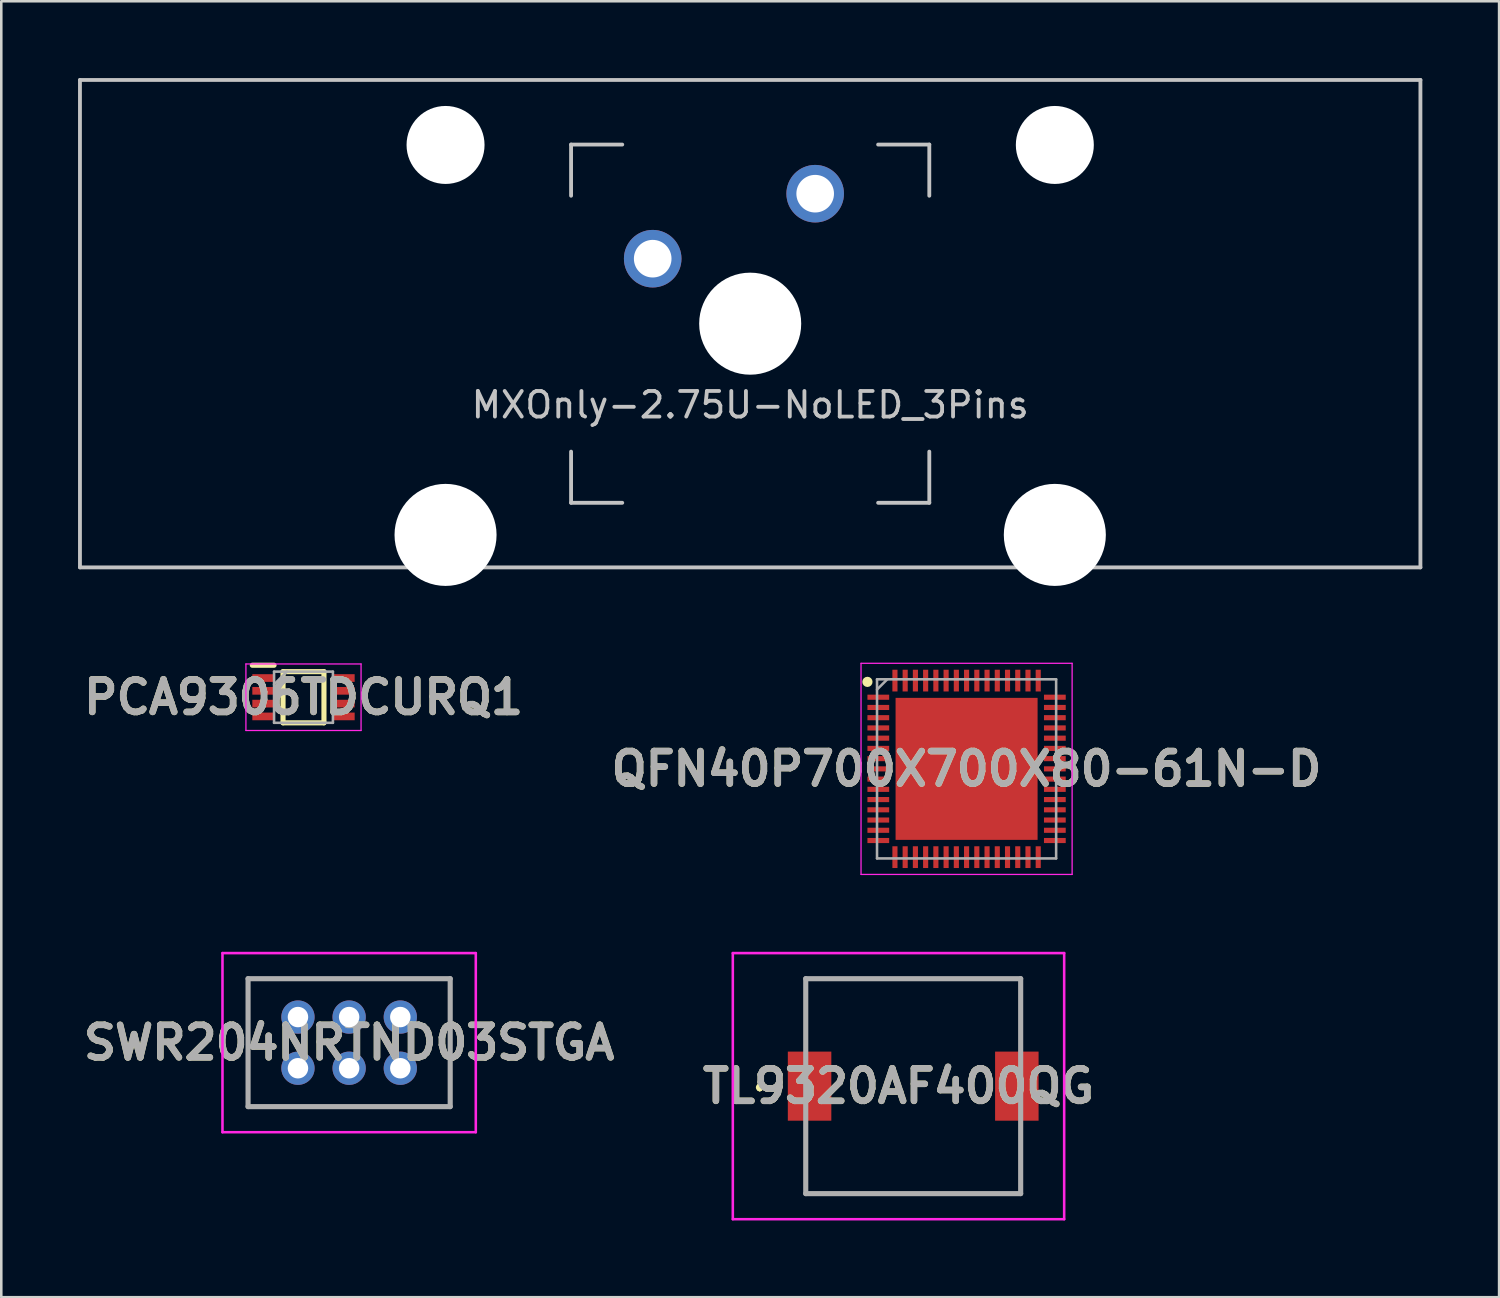
<source format=kicad_pcb>
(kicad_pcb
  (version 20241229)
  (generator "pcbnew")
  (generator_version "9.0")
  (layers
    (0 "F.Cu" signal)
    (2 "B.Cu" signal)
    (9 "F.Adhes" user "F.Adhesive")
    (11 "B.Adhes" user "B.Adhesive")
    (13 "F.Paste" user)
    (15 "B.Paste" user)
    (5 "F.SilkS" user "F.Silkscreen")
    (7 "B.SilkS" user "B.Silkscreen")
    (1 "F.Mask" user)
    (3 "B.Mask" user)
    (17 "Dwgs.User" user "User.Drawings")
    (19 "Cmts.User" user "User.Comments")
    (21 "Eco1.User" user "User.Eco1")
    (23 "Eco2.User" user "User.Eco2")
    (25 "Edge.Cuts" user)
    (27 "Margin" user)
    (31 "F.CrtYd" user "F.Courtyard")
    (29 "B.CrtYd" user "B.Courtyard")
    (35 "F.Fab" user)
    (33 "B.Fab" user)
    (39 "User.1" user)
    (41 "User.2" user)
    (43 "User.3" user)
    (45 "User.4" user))
  (footprint "MXOnly-2.75U-NoLED_3Pins"
    (layer "F.Cu")
    (at 26.269 9.6)
    (property "Reference" "MXOnly-2.75U-NoLED_3Pins" (at 0 3.175 0) (layer "Dwgs.User") (effects (font (size 1 1) (thickness 0.15))))
    (attr through_hole)
    (fp_line (start -26.194 -9.525) (end 26.194 -9.525) (stroke (width 0.15) (type solid)) (layer "Dwgs.User"))
    (fp_line (start -26.194 9.525) (end -26.194 -9.525) (stroke (width 0.15) (type solid)) (layer "Dwgs.User"))
    (fp_line (start -26.194 9.525) (end 26.194 9.525) (stroke (width 0.15) (type solid)) (layer "Dwgs.User"))
    (fp_line (start -7 -7) (end -7 -5) (stroke (width 0.15) (type solid)) (layer "Dwgs.User"))
    (fp_line (start -7 5) (end -7 7) (stroke (width 0.15) (type solid)) (layer "Dwgs.User"))
    (fp_line (start -7 7) (end -5 7) (stroke (width 0.15) (type solid)) (layer "Dwgs.User"))
    (fp_line (start -5 -7) (end -7 -7) (stroke (width 0.15) (type solid)) (layer "Dwgs.User"))
    (fp_line (start 5 -7) (end 7 -7) (stroke (width 0.15) (type solid)) (layer "Dwgs.User"))
    (fp_line (start 5 7) (end 7 7) (stroke (width 0.15) (type solid)) (layer "Dwgs.User"))
    (fp_line (start 7 -7) (end 7 -5) (stroke (width 0.15) (type solid)) (layer "Dwgs.User"))
    (fp_line (start 7 7) (end 7 5) (stroke (width 0.15) (type solid)) (layer "Dwgs.User"))
    (fp_line (start 26.194 -9.525) (end 26.194 9.525) (stroke (width 0.15) (type solid)) (layer "Dwgs.User"))
    (pad "" np_thru_hole circle (at -11.906 -6.985) (size 3.048 3.048) (drill 3.048) (layers "*.Cu" "*.Mask"))
    (pad "" np_thru_hole circle (at -11.906 8.255) (size 3.988 3.988) (drill 3.988) (layers "*.Cu" "*.Mask"))
    (pad "" np_thru_hole circle (at 0 0) (size 3.988 3.988) (drill 3.988) (layers "*.Cu" "*.Mask"))
    (pad "" np_thru_hole circle (at 11.906 -6.985) (size 3.048 3.048) (drill 3.048) (layers "*.Cu" "*.Mask"))
    (pad "" np_thru_hole circle (at 11.906 8.255) (size 3.988 3.988) (drill 3.988) (layers "*.Cu" "*.Mask"))
    (pad "1" thru_hole circle (at -3.81 -2.54) (size 2.25 2.25) (drill 1.47) (layers "*.Cu" "B.Mask"))
    (pad "2" thru_hole circle (at 2.54 -5.08) (size 2.25 2.25) (drill 1.47) (layers "*.Cu" "B.Mask")))
  (footprint "QFN40P700X700X80-61N-D"
    (layer "F.Cu")
    (at 34.726 26.999)
    (property "Reference" "QFN40P700X700X80-61N-D" (at 0 0 0) (layer "F.SilkS") (effects (font (size 1.27 1.27) (thickness 0.254))))
    (attr smd)
    (fp_circle (center -3.875 -3.4) (end -3.875 -3.3) (stroke (width 0.2) (type solid)) (fill no) (layer "F.SilkS"))
    (fp_line (start -4.125 -4.125) (end 4.125 -4.125) (stroke (width 0.05) (type solid)) (layer "F.CrtYd"))
    (fp_line (start -4.125 4.125) (end -4.125 -4.125) (stroke (width 0.05) (type solid)) (layer "F.CrtYd"))
    (fp_line (start 4.125 -4.125) (end 4.125 4.125) (stroke (width 0.05) (type solid)) (layer "F.CrtYd"))
    (fp_line (start 4.125 4.125) (end -4.125 4.125) (stroke (width 0.05) (type solid)) (layer "F.CrtYd"))
    (fp_line (start -3.5 -3.5) (end 3.5 -3.5) (stroke (width 0.1) (type solid)) (layer "F.Fab"))
    (fp_line (start -3.5 -3.1) (end -3.1 -3.5) (stroke (width 0.1) (type solid)) (layer "F.Fab"))
    (fp_line (start -3.5 3.5) (end -3.5 -3.5) (stroke (width 0.1) (type solid)) (layer "F.Fab"))
    (fp_line (start 3.5 -3.5) (end 3.5 3.5) (stroke (width 0.1) (type solid)) (layer "F.Fab"))
    (fp_line (start 3.5 3.5) (end -3.5 3.5) (stroke (width 0.1) (type solid)) (layer "F.Fab"))
    (fp_text user "${REFERENCE}" (at 0 0 0) (layer "F.Fab") (effects (font (size 1.27 1.27) (thickness 0.254))))
    (pad "1" smd rect (at -3.45 -2.8 90) (size 0.2 0.85) (layers "F.Cu" "F.Mask" "F.Paste"))
    (pad "2" smd rect (at -3.45 -2.4 90) (size 0.2 0.85) (layers "F.Cu" "F.Mask" "F.Paste"))
    (pad "3" smd rect (at -3.45 -2 90) (size 0.2 0.85) (layers "F.Cu" "F.Mask" "F.Paste"))
    (pad "4" smd rect (at -3.45 -1.6 90) (size 0.2 0.85) (layers "F.Cu" "F.Mask" "F.Paste"))
    (pad "5" smd rect (at -3.45 -1.2 90) (size 0.2 0.85) (layers "F.Cu" "F.Mask" "F.Paste"))
    (pad "6" smd rect (at -3.45 -0.8 90) (size 0.2 0.85) (layers "F.Cu" "F.Mask" "F.Paste"))
    (pad "7" smd rect (at -3.45 -0.4 90) (size 0.2 0.85) (layers "F.Cu" "F.Mask" "F.Paste"))
    (pad "8" smd rect (at -3.45 0 90) (size 0.2 0.85) (layers "F.Cu" "F.Mask" "F.Paste"))
    (pad "9" smd rect (at -3.45 0.4 90) (size 0.2 0.85) (layers "F.Cu" "F.Mask" "F.Paste"))
    (pad "10" smd rect (at -3.45 0.8 90) (size 0.2 0.85) (layers "F.Cu" "F.Mask" "F.Paste"))
    (pad "11" smd rect (at -3.45 1.2 90) (size 0.2 0.85) (layers "F.Cu" "F.Mask" "F.Paste"))
    (pad "12" smd rect (at -3.45 1.6 90) (size 0.2 0.85) (layers "F.Cu" "F.Mask" "F.Paste"))
    (pad "13" smd rect (at -3.45 2 90) (size 0.2 0.85) (layers "F.Cu" "F.Mask" "F.Paste"))
    (pad "14" smd rect (at -3.45 2.4 90) (size 0.2 0.85) (layers "F.Cu" "F.Mask" "F.Paste"))
    (pad "15" smd rect (at -3.45 2.8 90) (size 0.2 0.85) (layers "F.Cu" "F.Mask" "F.Paste"))
    (pad "16" smd rect (at -2.8 3.45) (size 0.2 0.85) (layers "F.Cu" "F.Mask" "F.Paste"))
    (pad "17" smd rect (at -2.4 3.45) (size 0.2 0.85) (layers "F.Cu" "F.Mask" "F.Paste"))
    (pad "18" smd rect (at -2 3.45) (size 0.2 0.85) (layers "F.Cu" "F.Mask" "F.Paste"))
    (pad "19" smd rect (at -1.6 3.45) (size 0.2 0.85) (layers "F.Cu" "F.Mask" "F.Paste"))
    (pad "20" smd rect (at -1.2 3.45) (size 0.2 0.85) (layers "F.Cu" "F.Mask" "F.Paste"))
    (pad "21" smd rect (at -0.8 3.45) (size 0.2 0.85) (layers "F.Cu" "F.Mask" "F.Paste"))
    (pad "22" smd rect (at -0.4 3.45) (size 0.2 0.85) (layers "F.Cu" "F.Mask" "F.Paste"))
    (pad "23" smd rect (at 0 3.45) (size 0.2 0.85) (layers "F.Cu" "F.Mask" "F.Paste"))
    (pad "24" smd rect (at 0.4 3.45) (size 0.2 0.85) (layers "F.Cu" "F.Mask" "F.Paste"))
    (pad "25" smd rect (at 0.8 3.45) (size 0.2 0.85) (layers "F.Cu" "F.Mask" "F.Paste"))
    (pad "26" smd rect (at 1.2 3.45) (size 0.2 0.85) (layers "F.Cu" "F.Mask" "F.Paste"))
    (pad "27" smd rect (at 1.6 3.45) (size 0.2 0.85) (layers "F.Cu" "F.Mask" "F.Paste"))
    (pad "28" smd rect (at 2 3.45) (size 0.2 0.85) (layers "F.Cu" "F.Mask" "F.Paste"))
    (pad "29" smd rect (at 2.4 3.45) (size 0.2 0.85) (layers "F.Cu" "F.Mask" "F.Paste"))
    (pad "30" smd rect (at 2.8 3.45) (size 0.2 0.85) (layers "F.Cu" "F.Mask" "F.Paste"))
    (pad "31" smd rect (at 3.45 2.8 90) (size 0.2 0.85) (layers "F.Cu" "F.Mask" "F.Paste"))
    (pad "32" smd rect (at 3.45 2.4 90) (size 0.2 0.85) (layers "F.Cu" "F.Mask" "F.Paste"))
    (pad "33" smd rect (at 3.45 2 90) (size 0.2 0.85) (layers "F.Cu" "F.Mask" "F.Paste"))
    (pad "34" smd rect (at 3.45 1.6 90) (size 0.2 0.85) (layers "F.Cu" "F.Mask" "F.Paste"))
    (pad "35" smd rect (at 3.45 1.2 90) (size 0.2 0.85) (layers "F.Cu" "F.Mask" "F.Paste"))
    (pad "36" smd rect (at 3.45 0.8 90) (size 0.2 0.85) (layers "F.Cu" "F.Mask" "F.Paste"))
    (pad "37" smd rect (at 3.45 0.4 90) (size 0.2 0.85) (layers "F.Cu" "F.Mask" "F.Paste"))
    (pad "38" smd rect (at 3.45 0 90) (size 0.2 0.85) (layers "F.Cu" "F.Mask" "F.Paste"))
    (pad "39" smd rect (at 3.45 -0.4 90) (size 0.2 0.85) (layers "F.Cu" "F.Mask" "F.Paste"))
    (pad "40" smd rect (at 3.45 -0.8 90) (size 0.2 0.85) (layers "F.Cu" "F.Mask" "F.Paste"))
    (pad "41" smd rect (at 3.45 -1.2 90) (size 0.2 0.85) (layers "F.Cu" "F.Mask" "F.Paste"))
    (pad "42" smd rect (at 3.45 -1.6 90) (size 0.2 0.85) (layers "F.Cu" "F.Mask" "F.Paste"))
    (pad "43" smd rect (at 3.45 -2 90) (size 0.2 0.85) (layers "F.Cu" "F.Mask" "F.Paste"))
    (pad "44" smd rect (at 3.45 -2.4 90) (size 0.2 0.85) (layers "F.Cu" "F.Mask" "F.Paste"))
    (pad "45" smd rect (at 3.45 -2.8 90) (size 0.2 0.85) (layers "F.Cu" "F.Mask" "F.Paste"))
    (pad "46" smd rect (at 2.8 -3.45) (size 0.2 0.85) (layers "F.Cu" "F.Mask" "F.Paste"))
    (pad "47" smd rect (at 2.4 -3.45) (size 0.2 0.85) (layers "F.Cu" "F.Mask" "F.Paste"))
    (pad "48" smd rect (at 2 -3.45) (size 0.2 0.85) (layers "F.Cu" "F.Mask" "F.Paste"))
    (pad "49" smd rect (at 1.6 -3.45) (size 0.2 0.85) (layers "F.Cu" "F.Mask" "F.Paste"))
    (pad "50" smd rect (at 1.2 -3.45) (size 0.2 0.85) (layers "F.Cu" "F.Mask" "F.Paste"))
    (pad "51" smd rect (at 0.8 -3.45) (size 0.2 0.85) (layers "F.Cu" "F.Mask" "F.Paste"))
    (pad "52" smd rect (at 0.4 -3.45) (size 0.2 0.85) (layers "F.Cu" "F.Mask" "F.Paste"))
    (pad "53" smd rect (at 0 -3.45) (size 0.2 0.85) (layers "F.Cu" "F.Mask" "F.Paste"))
    (pad "54" smd rect (at -0.4 -3.45) (size 0.2 0.85) (layers "F.Cu" "F.Mask" "F.Paste"))
    (pad "55" smd rect (at -0.8 -3.45) (size 0.2 0.85) (layers "F.Cu" "F.Mask" "F.Paste"))
    (pad "56" smd rect (at -1.2 -3.45) (size 0.2 0.85) (layers "F.Cu" "F.Mask" "F.Paste"))
    (pad "57" smd rect (at -1.6 -3.45) (size 0.2 0.85) (layers "F.Cu" "F.Mask" "F.Paste"))
    (pad "58" smd rect (at -2 -3.45) (size 0.2 0.85) (layers "F.Cu" "F.Mask" "F.Paste"))
    (pad "59" smd rect (at -2.4 -3.45) (size 0.2 0.85) (layers "F.Cu" "F.Mask" "F.Paste"))
    (pad "60" smd rect (at -2.8 -3.45) (size 0.2 0.85) (layers "F.Cu" "F.Mask" "F.Paste"))
    (pad "61" smd rect (at 0 0) (size 5.55 5.55) (layers "F.Cu" "F.Mask" "F.Paste")))
  (footprint "TL9320AF400QG"
    (layer "F.Cu")
    (at 32.64 39.399)
    (property "Reference" "TL9320AF400QG" (at -0.575 0 0) (layer "F.SilkS") (effects (font (size 1.27 1.27) (thickness 0.254))))
    (attr smd)
    (fp_line (start -6 0) (end -6 0) (stroke (width 0.2) (type solid)) (layer "F.SilkS"))
    (fp_line (start -6 0.1) (end -6 0.1) (stroke (width 0.2) (type solid)) (layer "F.SilkS"))
    (fp_line (start -6 0.1) (end -6 0.1) (stroke (width 0.2) (type solid)) (layer "F.SilkS"))
    (fp_line (start -4.2 -4.2) (end -4.2 -4.2) (stroke (width 0.1) (type solid)) (layer "F.SilkS"))
    (fp_line (start -4.2 -4.2) (end -4.2 -4.2) (stroke (width 0.1) (type solid)) (layer "F.SilkS"))
    (fp_line (start -4.2 -4.2) (end -4.2 -2) (stroke (width 0.1) (type solid)) (layer "F.SilkS"))
    (fp_line (start -4.2 -4.2) (end 4.2 -4.2) (stroke (width 0.1) (type solid)) (layer "F.SilkS"))
    (fp_line (start -4.2 -2) (end -4.2 -4.2) (stroke (width 0.1) (type solid)) (layer "F.SilkS"))
    (fp_line (start -4.2 -2) (end -4.2 -2) (stroke (width 0.1) (type solid)) (layer "F.SilkS"))
    (fp_line (start -4.2 2) (end -4.2 2) (stroke (width 0.1) (type solid)) (layer "F.SilkS"))
    (fp_line (start -4.2 2) (end -4.2 4.2) (stroke (width 0.1) (type solid)) (layer "F.SilkS"))
    (fp_line (start -4.2 4.2) (end -4.2 2) (stroke (width 0.1) (type solid)) (layer "F.SilkS"))
    (fp_line (start -4.2 4.2) (end -4.2 4.2) (stroke (width 0.1) (type solid)) (layer "F.SilkS"))
    (fp_line (start -4.2 4.2) (end -4.2 4.2) (stroke (width 0.1) (type solid)) (layer "F.SilkS"))
    (fp_line (start -4.2 4.2) (end 4.2 4.2) (stroke (width 0.1) (type solid)) (layer "F.SilkS"))
    (fp_line (start 4.2 -4.2) (end -4.2 -4.2) (stroke (width 0.1) (type solid)) (layer "F.SilkS"))
    (fp_line (start 4.2 -4.2) (end 4.2 -4.2) (stroke (width 0.1) (type solid)) (layer "F.SilkS"))
    (fp_line (start 4.2 -4.2) (end 4.2 -4.2) (stroke (width 0.1) (type solid)) (layer "F.SilkS"))
    (fp_line (start 4.2 -4.2) (end 4.2 -2) (stroke (width 0.1) (type solid)) (layer "F.SilkS"))
    (fp_line (start 4.2 -2) (end 4.2 -4.2) (stroke (width 0.1) (type solid)) (layer "F.SilkS"))
    (fp_line (start 4.2 -2) (end 4.2 -2) (stroke (width 0.1) (type solid)) (layer "F.SilkS"))
    (fp_line (start 4.2 2) (end 4.2 2) (stroke (width 0.1) (type solid)) (layer "F.SilkS"))
    (fp_line (start 4.2 2) (end 4.2 4.2) (stroke (width 0.1) (type solid)) (layer "F.SilkS"))
    (fp_line (start 4.2 4.2) (end -4.2 4.2) (stroke (width 0.1) (type solid)) (layer "F.SilkS"))
    (fp_line (start 4.2 4.2) (end 4.2 2) (stroke (width 0.1) (type solid)) (layer "F.SilkS"))
    (fp_line (start 4.2 4.2) (end 4.2 4.2) (stroke (width 0.1) (type solid)) (layer "F.SilkS"))
    (fp_line (start 4.2 4.2) (end 4.2 4.2) (stroke (width 0.1) (type solid)) (layer "F.SilkS"))
    (fp_arc (start -6 0) (mid -5.95 0.05) (end -6 0.1) (stroke (width 0.2) (type solid)) (layer "F.SilkS"))
    (fp_arc (start -6 0) (mid -5.95 0.05) (end -6 0.1) (stroke (width 0.2) (type solid)) (layer "F.SilkS"))
    (fp_arc (start -6 0.1) (mid -6.05 0.05) (end -6 0) (stroke (width 0.2) (type solid)) (layer "F.SilkS"))
    (fp_line (start -7.05 -5.2) (end 5.9 -5.2) (stroke (width 0.1) (type solid)) (layer "F.CrtYd"))
    (fp_line (start -7.05 5.2) (end -7.05 -5.2) (stroke (width 0.1) (type solid)) (layer "F.CrtYd"))
    (fp_line (start 5.9 -5.2) (end 5.9 5.2) (stroke (width 0.1) (type solid)) (layer "F.CrtYd"))
    (fp_line (start 5.9 5.2) (end -7.05 5.2) (stroke (width 0.1) (type solid)) (layer "F.CrtYd"))
    (fp_line (start -4.2 -4.2) (end -4.2 4.2) (stroke (width 0.2) (type solid)) (layer "F.Fab"))
    (fp_line (start -4.2 4.2) (end 4.2 4.2) (stroke (width 0.2) (type solid)) (layer "F.Fab"))
    (fp_line (start 4.2 -4.2) (end -4.2 -4.2) (stroke (width 0.2) (type solid)) (layer "F.Fab"))
    (fp_line (start 4.2 4.2) (end 4.2 -4.2) (stroke (width 0.2) (type solid)) (layer "F.Fab"))
    (fp_text user "${REFERENCE}" (at -0.575 0 0) (layer "F.Fab") (effects (font (size 1.27 1.27) (thickness 0.254))))
    (pad "1" smd rect (at -4.05 0) (size 1.7 2.7) (layers "F.Cu" "F.Mask" "F.Paste"))
    (pad "2" smd rect (at 4.05 0) (size 1.7 2.7) (layers "F.Cu" "F.Mask" "F.Paste")))
  (footprint "PCA9306TDCURQ1"
    (layer "F.Cu")
    (at 8.811 24.199)
    (property "Reference" "PCA9306TDCURQ1" (at 0 0 0) (layer "F.SilkS") (effects (font (size 1.27 1.27) (thickness 0.254))))
    (attr smd)
    (fp_line (start -2 -1.25) (end -1.15 -1.25) (stroke (width 0.2) (type solid)) (layer "F.SilkS"))
    (fp_line (start -0.8 -1) (end 0.8 -1) (stroke (width 0.2) (type solid)) (layer "F.SilkS"))
    (fp_line (start -0.8 1) (end -0.8 -1) (stroke (width 0.2) (type solid)) (layer "F.SilkS"))
    (fp_line (start 0.8 -1) (end 0.8 1) (stroke (width 0.2) (type solid)) (layer "F.SilkS"))
    (fp_line (start 0.8 1) (end -0.8 1) (stroke (width 0.2) (type solid)) (layer "F.SilkS"))
    (fp_line (start -2.25 -1.3) (end 2.25 -1.3) (stroke (width 0.05) (type solid)) (layer "F.CrtYd"))
    (fp_line (start -2.25 1.3) (end -2.25 -1.3) (stroke (width 0.05) (type solid)) (layer "F.CrtYd"))
    (fp_line (start 2.25 -1.3) (end 2.25 1.3) (stroke (width 0.05) (type solid)) (layer "F.CrtYd"))
    (fp_line (start 2.25 1.3) (end -2.25 1.3) (stroke (width 0.05) (type solid)) (layer "F.CrtYd"))
    (fp_line (start -1.15 -1) (end 1.15 -1) (stroke (width 0.1) (type solid)) (layer "F.Fab"))
    (fp_line (start -1.15 -0.5) (end -0.65 -1) (stroke (width 0.1) (type solid)) (layer "F.Fab"))
    (fp_line (start -1.15 1) (end -1.15 -1) (stroke (width 0.1) (type solid)) (layer "F.Fab"))
    (fp_line (start 1.15 -1) (end 1.15 1) (stroke (width 0.1) (type solid)) (layer "F.Fab"))
    (fp_line (start 1.15 1) (end -1.15 1) (stroke (width 0.1) (type solid)) (layer "F.Fab"))
    (fp_text user "${REFERENCE}" (at 0 0 0) (layer "F.Fab") (effects (font (size 1.27 1.27) (thickness 0.254))))
    (pad "1" smd rect (at -1.575 -0.75 90) (size 0.3 0.85) (layers "F.Cu" "F.Mask" "F.Paste"))
    (pad "2" smd rect (at -1.575 -0.25 90) (size 0.3 0.85) (layers "F.Cu" "F.Mask" "F.Paste"))
    (pad "3" smd rect (at -1.575 0.25 90) (size 0.3 0.85) (layers "F.Cu" "F.Mask" "F.Paste"))
    (pad "4" smd rect (at -1.575 0.75 90) (size 0.3 0.85) (layers "F.Cu" "F.Mask" "F.Paste"))
    (pad "5" smd rect (at 1.575 0.75 90) (size 0.3 0.85) (layers "F.Cu" "F.Mask" "F.Paste"))
    (pad "6" smd rect (at 1.575 0.25 90) (size 0.3 0.85) (layers "F.Cu" "F.Mask" "F.Paste"))
    (pad "7" smd rect (at 1.575 -0.25 90) (size 0.3 0.85) (layers "F.Cu" "F.Mask" "F.Paste"))
    (pad "8" smd rect (at 1.575 -0.75 90) (size 0.3 0.85) (layers "F.Cu" "F.Mask" "F.Paste")))
  (footprint "SWR204NRTND03STGA"
    (layer "F.Cu")
    (at 8.595 38.699)
    (property "Reference" "SWR204NRTND03STGA" (at 2 -1 0) (layer "F.SilkS") (effects (font (size 1.27 1.27) (thickness 0.254))))
    (attr through_hole)
    (fp_line (start -1.95 -3.5) (end 5.95 -3.5) (stroke (width 0.1) (type solid)) (layer "F.SilkS"))
    (fp_line (start -1.95 1.5) (end -1.95 -3.5) (stroke (width 0.1) (type solid)) (layer "F.SilkS"))
    (fp_line (start 5.95 -3.5) (end 5.95 1.5) (stroke (width 0.1) (type solid)) (layer "F.SilkS"))
    (fp_line (start 5.95 1.5) (end -1.95 1.5) (stroke (width 0.1) (type solid)) (layer "F.SilkS"))
    (fp_line (start -2.95 -4.5) (end 6.95 -4.5) (stroke (width 0.1) (type solid)) (layer "F.CrtYd"))
    (fp_line (start -2.95 2.5) (end -2.95 -4.5) (stroke (width 0.1) (type solid)) (layer "F.CrtYd"))
    (fp_line (start 6.95 -4.5) (end 6.95 2.5) (stroke (width 0.1) (type solid)) (layer "F.CrtYd"))
    (fp_line (start 6.95 2.5) (end -2.95 2.5) (stroke (width 0.1) (type solid)) (layer "F.CrtYd"))
    (fp_line (start -1.95 -3.5) (end 5.95 -3.5) (stroke (width 0.2) (type solid)) (layer "F.Fab"))
    (fp_line (start -1.95 1.5) (end -1.95 -3.5) (stroke (width 0.2) (type solid)) (layer "F.Fab"))
    (fp_line (start 5.95 -3.5) (end 5.95 1.5) (stroke (width 0.2) (type solid)) (layer "F.Fab"))
    (fp_line (start 5.95 1.5) (end -1.95 1.5) (stroke (width 0.2) (type solid)) (layer "F.Fab"))
    (fp_text user "${REFERENCE}" (at 2 -1 0) (layer "F.Fab") (effects (font (size 1.27 1.27) (thickness 0.254))))
    (pad "1" thru_hole circle (at 0 0) (size 1.3 1.3) (drill 0.8) (layers "*.Cu" "*.Mask"))
    (pad "2" thru_hole circle (at 0 -2) (size 1.3 1.3) (drill 0.8) (layers "*.Cu" "*.Mask"))
    (pad "3" thru_hole circle (at 2 0) (size 1.3 1.3) (drill 0.8) (layers "*.Cu" "*.Mask"))
    (pad "4" thru_hole circle (at 2 -2) (size 1.3 1.3) (drill 0.8) (layers "*.Cu" "*.Mask"))
    (pad "5" thru_hole circle (at 4 0) (size 1.3 1.3) (drill 0.8) (layers "*.Cu" "*.Mask"))
    (pad "6" thru_hole circle (at 4 -2) (size 1.3 1.3) (drill 0.8) (layers "*.Cu" "*.Mask")))
  (gr_rect
    (start -3 -3)
    (end 55.538 47.649)
    (stroke (width 0.1) (type default))
    (fill no)
    (layer "Edge.Cuts")))
</source>
